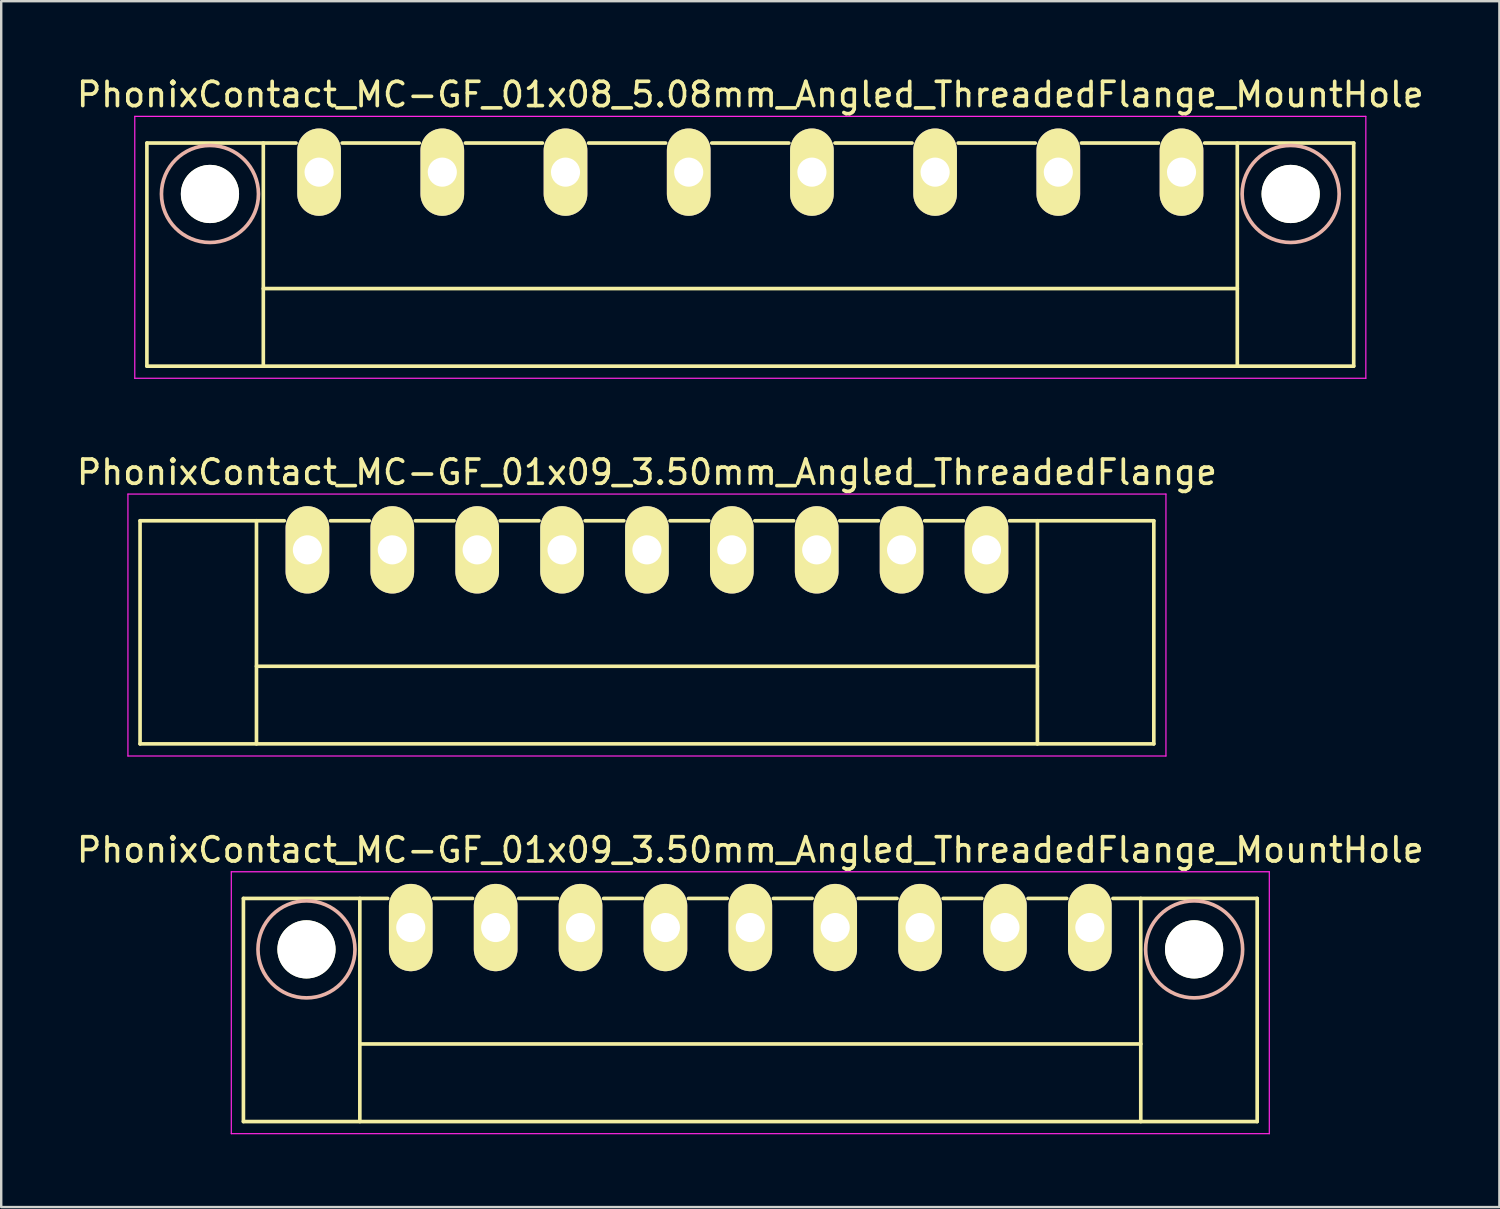
<source format=kicad_pcb>
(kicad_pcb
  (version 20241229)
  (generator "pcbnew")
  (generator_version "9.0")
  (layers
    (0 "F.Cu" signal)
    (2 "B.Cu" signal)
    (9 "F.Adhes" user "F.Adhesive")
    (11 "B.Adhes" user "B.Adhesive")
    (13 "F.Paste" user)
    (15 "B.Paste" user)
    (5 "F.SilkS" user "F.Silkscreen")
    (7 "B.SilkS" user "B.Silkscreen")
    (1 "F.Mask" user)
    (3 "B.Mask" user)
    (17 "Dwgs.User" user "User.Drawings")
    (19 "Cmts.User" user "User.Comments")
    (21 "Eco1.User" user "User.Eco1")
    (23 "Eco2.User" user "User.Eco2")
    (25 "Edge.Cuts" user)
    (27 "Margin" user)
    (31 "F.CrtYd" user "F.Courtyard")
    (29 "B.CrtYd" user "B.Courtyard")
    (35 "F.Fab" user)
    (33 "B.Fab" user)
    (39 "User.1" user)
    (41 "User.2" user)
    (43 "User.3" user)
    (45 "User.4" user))
  (footprint "PhonixContact_MC-GF_01x09_3.50mm_Angled_ThreadedFlange_MountHole"
    (layer "F.Cu")
    (at 13.887 35.195)
    (property "Reference" "PhonixContact_MC-GF_01x09_3.50mm_Angled_ThreadedFlange_MountHole" (at 14 -3.2 0) (layer "F.SilkS") (effects (font (size 1 1) (thickness 0.15))))
    (attr through_hole)
    (fp_line (start -6.9 -1.2) (end -6.9 8) (stroke (width 0.15) (type solid)) (layer "F.SilkS"))
    (fp_line (start -6.9 -1.2) (end -0.95 -1.2) (stroke (width 0.15) (type solid)) (layer "F.SilkS"))
    (fp_line (start -6.9 8) (end 34.9 8) (stroke (width 0.15) (type solid)) (layer "F.SilkS"))
    (fp_line (start -2.1 -1.2) (end -2.1 8) (stroke (width 0.15) (type solid)) (layer "F.SilkS"))
    (fp_line (start -2.1 4.8) (end 30.1 4.8) (stroke (width 0.15) (type solid)) (layer "F.SilkS"))
    (fp_line (start 0.95 -1.2) (end 2.55 -1.2) (stroke (width 0.15) (type solid)) (layer "F.SilkS"))
    (fp_line (start 4.45 -1.2) (end 6.05 -1.2) (stroke (width 0.15) (type solid)) (layer "F.SilkS"))
    (fp_line (start 7.95 -1.2) (end 9.55 -1.2) (stroke (width 0.15) (type solid)) (layer "F.SilkS"))
    (fp_line (start 11.45 -1.2) (end 13.05 -1.2) (stroke (width 0.15) (type solid)) (layer "F.SilkS"))
    (fp_line (start 14.95 -1.2) (end 16.55 -1.2) (stroke (width 0.15) (type solid)) (layer "F.SilkS"))
    (fp_line (start 18.45 -1.2) (end 20.05 -1.2) (stroke (width 0.15) (type solid)) (layer "F.SilkS"))
    (fp_line (start 21.95 -1.2) (end 23.55 -1.2) (stroke (width 0.15) (type solid)) (layer "F.SilkS"))
    (fp_line (start 25.45 -1.2) (end 27.05 -1.2) (stroke (width 0.15) (type solid)) (layer "F.SilkS"))
    (fp_line (start 30.1 -1.2) (end 30.1 8) (stroke (width 0.15) (type solid)) (layer "F.SilkS"))
    (fp_line (start 34.9 -1.2) (end 28.95 -1.2) (stroke (width 0.15) (type solid)) (layer "F.SilkS"))
    (fp_line (start 34.9 8) (end 34.9 -1.2) (stroke (width 0.15) (type solid)) (layer "F.SilkS"))
    (fp_circle (center -4.3 0.9) (end -2.3 0.9) (stroke (width 0.15) (type solid)) (fill no) (layer "B.SilkS"))
    (fp_circle (center 32.3 0.9) (end 34.3 0.9) (stroke (width 0.15) (type solid)) (fill no) (layer "B.SilkS"))
    (fp_line (start -7.4 -2.3) (end -7.4 8.5) (stroke (width 0.05) (type solid)) (layer "F.CrtYd"))
    (fp_line (start -7.4 8.5) (end 35.4 8.5) (stroke (width 0.05) (type solid)) (layer "F.CrtYd"))
    (fp_line (start 35.4 -2.3) (end -7.4 -2.3) (stroke (width 0.05) (type solid)) (layer "F.CrtYd"))
    (fp_line (start 35.4 8.5) (end 35.4 -2.3) (stroke (width 0.05) (type solid)) (layer "F.CrtYd"))
    (pad "" np_thru_hole circle (at -4.3 0.9) (size 2.4 2.4) (drill 2.4) (layers "*.Cu" "*.Mask" "F.SilkS"))
    (pad "" np_thru_hole circle (at 32.3 0.9) (size 2.4 2.4) (drill 2.4) (layers "*.Cu" "*.Mask" "F.SilkS"))
    (pad "1" thru_hole oval (at 0 0) (size 1.8 3.6) (drill 1.2) (layers "*.Cu" "*.Mask" "F.SilkS"))
    (pad "2" thru_hole oval (at 3.5 0) (size 1.8 3.6) (drill 1.2) (layers "*.Cu" "*.Mask" "F.SilkS"))
    (pad "3" thru_hole oval (at 7 0) (size 1.8 3.6) (drill 1.2) (layers "*.Cu" "*.Mask" "F.SilkS"))
    (pad "4" thru_hole oval (at 10.5 0) (size 1.8 3.6) (drill 1.2) (layers "*.Cu" "*.Mask" "F.SilkS"))
    (pad "5" thru_hole oval (at 14 0) (size 1.8 3.6) (drill 1.2) (layers "*.Cu" "*.Mask" "F.SilkS"))
    (pad "6" thru_hole oval (at 17.5 0) (size 1.8 3.6) (drill 1.2) (layers "*.Cu" "*.Mask" "F.SilkS"))
    (pad "7" thru_hole oval (at 21 0) (size 1.8 3.6) (drill 1.2) (layers "*.Cu" "*.Mask" "F.SilkS"))
    (pad "8" thru_hole oval (at 24.5 0) (size 1.8 3.6) (drill 1.2) (layers "*.Cu" "*.Mask" "F.SilkS"))
    (pad "9" thru_hole oval (at 28 0) (size 1.8 3.6) (drill 1.2) (layers "*.Cu" "*.Mask" "F.SilkS")))
  (footprint "PhonixContact_MC-GF_01x08_5.08mm_Angled_ThreadedFlange_MountHole"
    (layer "F.Cu")
    (at 10.107 4.048)
    (property "Reference" "PhonixContact_MC-GF_01x08_5.08mm_Angled_ThreadedFlange_MountHole" (at 17.78 -3.2 0) (layer "F.SilkS") (effects (font (size 1 1) (thickness 0.15))))
    (attr through_hole)
    (fp_line (start -7.1 -1.2) (end -7.1 8) (stroke (width 0.15) (type solid)) (layer "F.SilkS"))
    (fp_line (start -7.1 -1.2) (end -0.95 -1.2) (stroke (width 0.15) (type solid)) (layer "F.SilkS"))
    (fp_line (start -7.1 8) (end 42.66 8) (stroke (width 0.15) (type solid)) (layer "F.SilkS"))
    (fp_line (start -2.3 -1.2) (end -2.3 8) (stroke (width 0.15) (type solid)) (layer "F.SilkS"))
    (fp_line (start -2.3 4.8) (end 37.86 4.8) (stroke (width 0.15) (type solid)) (layer "F.SilkS"))
    (fp_line (start 0.95 -1.2) (end 4.13 -1.2) (stroke (width 0.15) (type solid)) (layer "F.SilkS"))
    (fp_line (start 6.03 -1.2) (end 9.21 -1.2) (stroke (width 0.15) (type solid)) (layer "F.SilkS"))
    (fp_line (start 11.11 -1.2) (end 14.29 -1.2) (stroke (width 0.15) (type solid)) (layer "F.SilkS"))
    (fp_line (start 16.19 -1.2) (end 19.37 -1.2) (stroke (width 0.15) (type solid)) (layer "F.SilkS"))
    (fp_line (start 21.27 -1.2) (end 24.45 -1.2) (stroke (width 0.15) (type solid)) (layer "F.SilkS"))
    (fp_line (start 26.35 -1.2) (end 29.53 -1.2) (stroke (width 0.15) (type solid)) (layer "F.SilkS"))
    (fp_line (start 31.43 -1.2) (end 34.61 -1.2) (stroke (width 0.15) (type solid)) (layer "F.SilkS"))
    (fp_line (start 37.86 -1.2) (end 37.86 8) (stroke (width 0.15) (type solid)) (layer "F.SilkS"))
    (fp_line (start 42.66 -1.2) (end 36.51 -1.2) (stroke (width 0.15) (type solid)) (layer "F.SilkS"))
    (fp_line (start 42.66 8) (end 42.66 -1.2) (stroke (width 0.15) (type solid)) (layer "F.SilkS"))
    (fp_circle (center -4.5 0.9) (end -2.5 0.9) (stroke (width 0.15) (type solid)) (fill no) (layer "B.SilkS"))
    (fp_circle (center 40.06 0.9) (end 42.06 0.9) (stroke (width 0.15) (type solid)) (fill no) (layer "B.SilkS"))
    (fp_line (start -7.6 -2.3) (end -7.6 8.5) (stroke (width 0.05) (type solid)) (layer "F.CrtYd"))
    (fp_line (start -7.6 8.5) (end 43.16 8.5) (stroke (width 0.05) (type solid)) (layer "F.CrtYd"))
    (fp_line (start 43.16 -2.3) (end -7.6 -2.3) (stroke (width 0.05) (type solid)) (layer "F.CrtYd"))
    (fp_line (start 43.16 8.5) (end 43.16 -2.3) (stroke (width 0.05) (type solid)) (layer "F.CrtYd"))
    (pad "" np_thru_hole circle (at -4.5 0.9) (size 2.4 2.4) (drill 2.4) (layers "*.Cu" "*.Mask" "F.SilkS"))
    (pad "" np_thru_hole circle (at 40.06 0.9) (size 2.4 2.4) (drill 2.4) (layers "*.Cu" "*.Mask" "F.SilkS"))
    (pad "1" thru_hole oval (at 0 0) (size 1.8 3.6) (drill 1.2) (layers "*.Cu" "*.Mask" "F.SilkS"))
    (pad "2" thru_hole oval (at 5.08 0) (size 1.8 3.6) (drill 1.2) (layers "*.Cu" "*.Mask" "F.SilkS"))
    (pad "3" thru_hole oval (at 10.16 0) (size 1.8 3.6) (drill 1.2) (layers "*.Cu" "*.Mask" "F.SilkS"))
    (pad "4" thru_hole oval (at 15.24 0) (size 1.8 3.6) (drill 1.2) (layers "*.Cu" "*.Mask" "F.SilkS"))
    (pad "5" thru_hole oval (at 20.32 0) (size 1.8 3.6) (drill 1.2) (layers "*.Cu" "*.Mask" "F.SilkS"))
    (pad "6" thru_hole oval (at 25.4 0) (size 1.8 3.6) (drill 1.2) (layers "*.Cu" "*.Mask" "F.SilkS"))
    (pad "7" thru_hole oval (at 30.48 0) (size 1.8 3.6) (drill 1.2) (layers "*.Cu" "*.Mask" "F.SilkS"))
    (pad "8" thru_hole oval (at 35.56 0) (size 1.8 3.6) (drill 1.2) (layers "*.Cu" "*.Mask" "F.SilkS")))
  (footprint "PhonixContact_MC-GF_01x09_3.50mm_Angled_ThreadedFlange"
    (layer "F.Cu")
    (at 9.625 19.622)
    (property "Reference" "PhonixContact_MC-GF_01x09_3.50mm_Angled_ThreadedFlange" (at 14 -3.2 0) (layer "F.SilkS") (effects (font (size 1 1) (thickness 0.15))))
    (attr through_hole)
    (fp_line (start -6.9 -1.2) (end -6.9 8) (stroke (width 0.15) (type solid)) (layer "F.SilkS"))
    (fp_line (start -6.9 -1.2) (end -0.95 -1.2) (stroke (width 0.15) (type solid)) (layer "F.SilkS"))
    (fp_line (start -6.9 8) (end 34.9 8) (stroke (width 0.15) (type solid)) (layer "F.SilkS"))
    (fp_line (start -2.1 -1.2) (end -2.1 8) (stroke (width 0.15) (type solid)) (layer "F.SilkS"))
    (fp_line (start -2.1 4.8) (end 30.1 4.8) (stroke (width 0.15) (type solid)) (layer "F.SilkS"))
    (fp_line (start 0.95 -1.2) (end 2.55 -1.2) (stroke (width 0.15) (type solid)) (layer "F.SilkS"))
    (fp_line (start 4.45 -1.2) (end 6.05 -1.2) (stroke (width 0.15) (type solid)) (layer "F.SilkS"))
    (fp_line (start 7.95 -1.2) (end 9.55 -1.2) (stroke (width 0.15) (type solid)) (layer "F.SilkS"))
    (fp_line (start 11.45 -1.2) (end 13.05 -1.2) (stroke (width 0.15) (type solid)) (layer "F.SilkS"))
    (fp_line (start 14.95 -1.2) (end 16.55 -1.2) (stroke (width 0.15) (type solid)) (layer "F.SilkS"))
    (fp_line (start 18.45 -1.2) (end 20.05 -1.2) (stroke (width 0.15) (type solid)) (layer "F.SilkS"))
    (fp_line (start 21.95 -1.2) (end 23.55 -1.2) (stroke (width 0.15) (type solid)) (layer "F.SilkS"))
    (fp_line (start 25.45 -1.2) (end 27.05 -1.2) (stroke (width 0.15) (type solid)) (layer "F.SilkS"))
    (fp_line (start 30.1 -1.2) (end 30.1 8) (stroke (width 0.15) (type solid)) (layer "F.SilkS"))
    (fp_line (start 34.9 -1.2) (end 28.95 -1.2) (stroke (width 0.15) (type solid)) (layer "F.SilkS"))
    (fp_line (start 34.9 8) (end 34.9 -1.2) (stroke (width 0.15) (type solid)) (layer "F.SilkS"))
    (fp_line (start -7.4 -2.3) (end -7.4 8.5) (stroke (width 0.05) (type solid)) (layer "F.CrtYd"))
    (fp_line (start -7.4 8.5) (end 35.4 8.5) (stroke (width 0.05) (type solid)) (layer "F.CrtYd"))
    (fp_line (start 35.4 -2.3) (end -7.4 -2.3) (stroke (width 0.05) (type solid)) (layer "F.CrtYd"))
    (fp_line (start 35.4 8.5) (end 35.4 -2.3) (stroke (width 0.05) (type solid)) (layer "F.CrtYd"))
    (pad "1" thru_hole oval (at 0 0) (size 1.8 3.6) (drill 1.2) (layers "*.Cu" "*.Mask" "F.SilkS"))
    (pad "2" thru_hole oval (at 3.5 0) (size 1.8 3.6) (drill 1.2) (layers "*.Cu" "*.Mask" "F.SilkS"))
    (pad "3" thru_hole oval (at 7 0) (size 1.8 3.6) (drill 1.2) (layers "*.Cu" "*.Mask" "F.SilkS"))
    (pad "4" thru_hole oval (at 10.5 0) (size 1.8 3.6) (drill 1.2) (layers "*.Cu" "*.Mask" "F.SilkS"))
    (pad "5" thru_hole oval (at 14 0) (size 1.8 3.6) (drill 1.2) (layers "*.Cu" "*.Mask" "F.SilkS"))
    (pad "6" thru_hole oval (at 17.5 0) (size 1.8 3.6) (drill 1.2) (layers "*.Cu" "*.Mask" "F.SilkS"))
    (pad "7" thru_hole oval (at 21 0) (size 1.8 3.6) (drill 1.2) (layers "*.Cu" "*.Mask" "F.SilkS"))
    (pad "8" thru_hole oval (at 24.5 0) (size 1.8 3.6) (drill 1.2) (layers "*.Cu" "*.Mask" "F.SilkS"))
    (pad "9" thru_hole oval (at 28 0) (size 1.8 3.6) (drill 1.2) (layers "*.Cu" "*.Mask" "F.SilkS")))
  (gr_rect
    (start -3 -3)
    (end 58.774 46.72)
    (stroke (width 0.1) (type default))
    (fill no)
    (layer "Edge.Cuts")))
</source>
